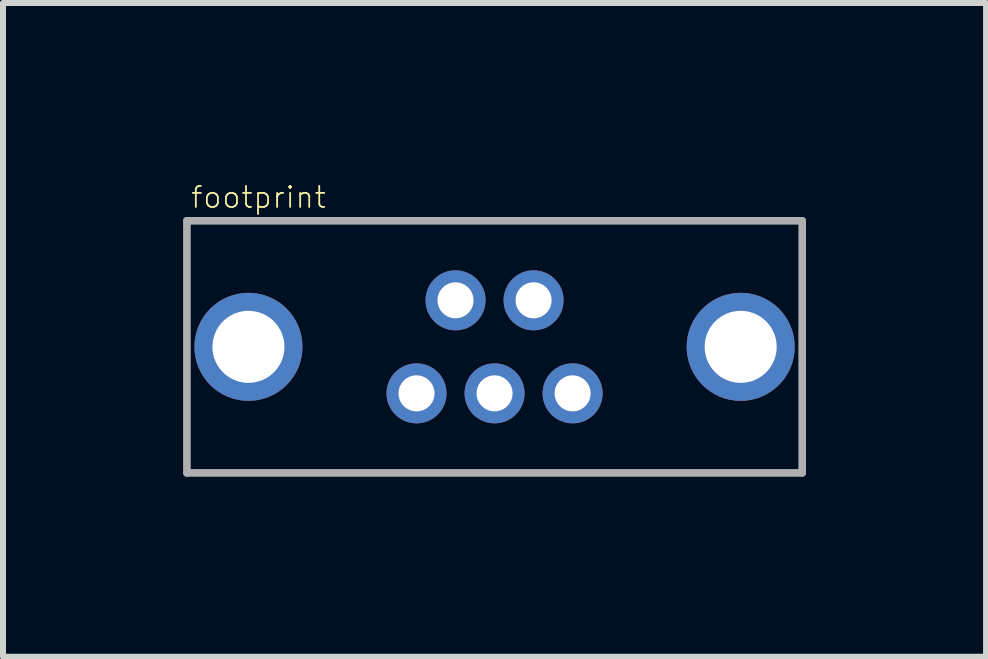
<source format=kicad_pcb>
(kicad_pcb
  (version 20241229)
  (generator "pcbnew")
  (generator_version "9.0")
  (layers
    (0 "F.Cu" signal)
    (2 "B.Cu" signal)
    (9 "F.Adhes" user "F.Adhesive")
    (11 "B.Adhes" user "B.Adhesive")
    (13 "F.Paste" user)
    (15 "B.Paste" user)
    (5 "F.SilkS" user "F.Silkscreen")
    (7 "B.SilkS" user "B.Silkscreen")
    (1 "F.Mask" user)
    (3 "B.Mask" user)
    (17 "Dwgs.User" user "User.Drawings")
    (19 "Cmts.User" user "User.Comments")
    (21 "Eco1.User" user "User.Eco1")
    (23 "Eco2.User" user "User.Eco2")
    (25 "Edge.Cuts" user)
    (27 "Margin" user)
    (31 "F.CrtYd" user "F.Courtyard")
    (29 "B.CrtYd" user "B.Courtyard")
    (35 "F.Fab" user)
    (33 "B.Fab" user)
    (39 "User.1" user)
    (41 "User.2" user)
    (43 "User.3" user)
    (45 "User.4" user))
  (footprint "footprint"
    (layer "F.Cu")
    (at 5.189 2.728)
    (property "Reference" "footprint" (at -5.08 -2.286 0) (layer "F.SilkS") (effects (font (size 0.351 0.351) (thickness 0.03)) (justify left bottom)))
    (fp_line (start -5.125 -2.1) (end 5.125 -2.1) (stroke (width 0.127) (type solid)) (layer "F.Fab"))
    (fp_line (start -5.125 2.1) (end -5.125 -2.1) (stroke (width 0.127) (type solid)) (layer "F.Fab"))
    (fp_line (start -5.125 2.1) (end 5.125 2.1) (stroke (width 0.127) (type solid)) (layer "F.Fab"))
    (fp_line (start 5.125 2.1) (end 5.125 -2.1) (stroke (width 0.127) (type solid)) (layer "F.Fab"))
    (pad "1" thru_hole circle (at -1.3 0.775) (size 1 1) (drill 0.6) (layers "*.Cu" "*.Mask"))
    (pad "2" thru_hole circle (at -0.65 -0.775) (size 1 1) (drill 0.6) (layers "*.Cu" "*.Mask"))
    (pad "3" thru_hole circle (at 0 0.775) (size 1 1) (drill 0.6) (layers "*.Cu" "*.Mask"))
    (pad "4" thru_hole circle (at 0.65 -0.775) (size 1 1) (drill 0.6) (layers "*.Cu" "*.Mask"))
    (pad "5" thru_hole circle (at 1.3 0.775) (size 1 1) (drill 0.6) (layers "*.Cu" "*.Mask"))
    (pad "P$1" thru_hole circle (at -4.1 0 90) (size 1.8 1.8) (drill 1.2) (layers "*.Cu" "*.Mask"))
    (pad "P$2" thru_hole circle (at 4.1 0 90) (size 1.8 1.8) (drill 1.2) (layers "*.Cu" "*.Mask")))
  (gr_rect
    (start -3 -3)
    (end 13.377 7.891)
    (stroke (width 0.1) (type default))
    (fill no)
    (layer "Edge.Cuts")))
</source>
